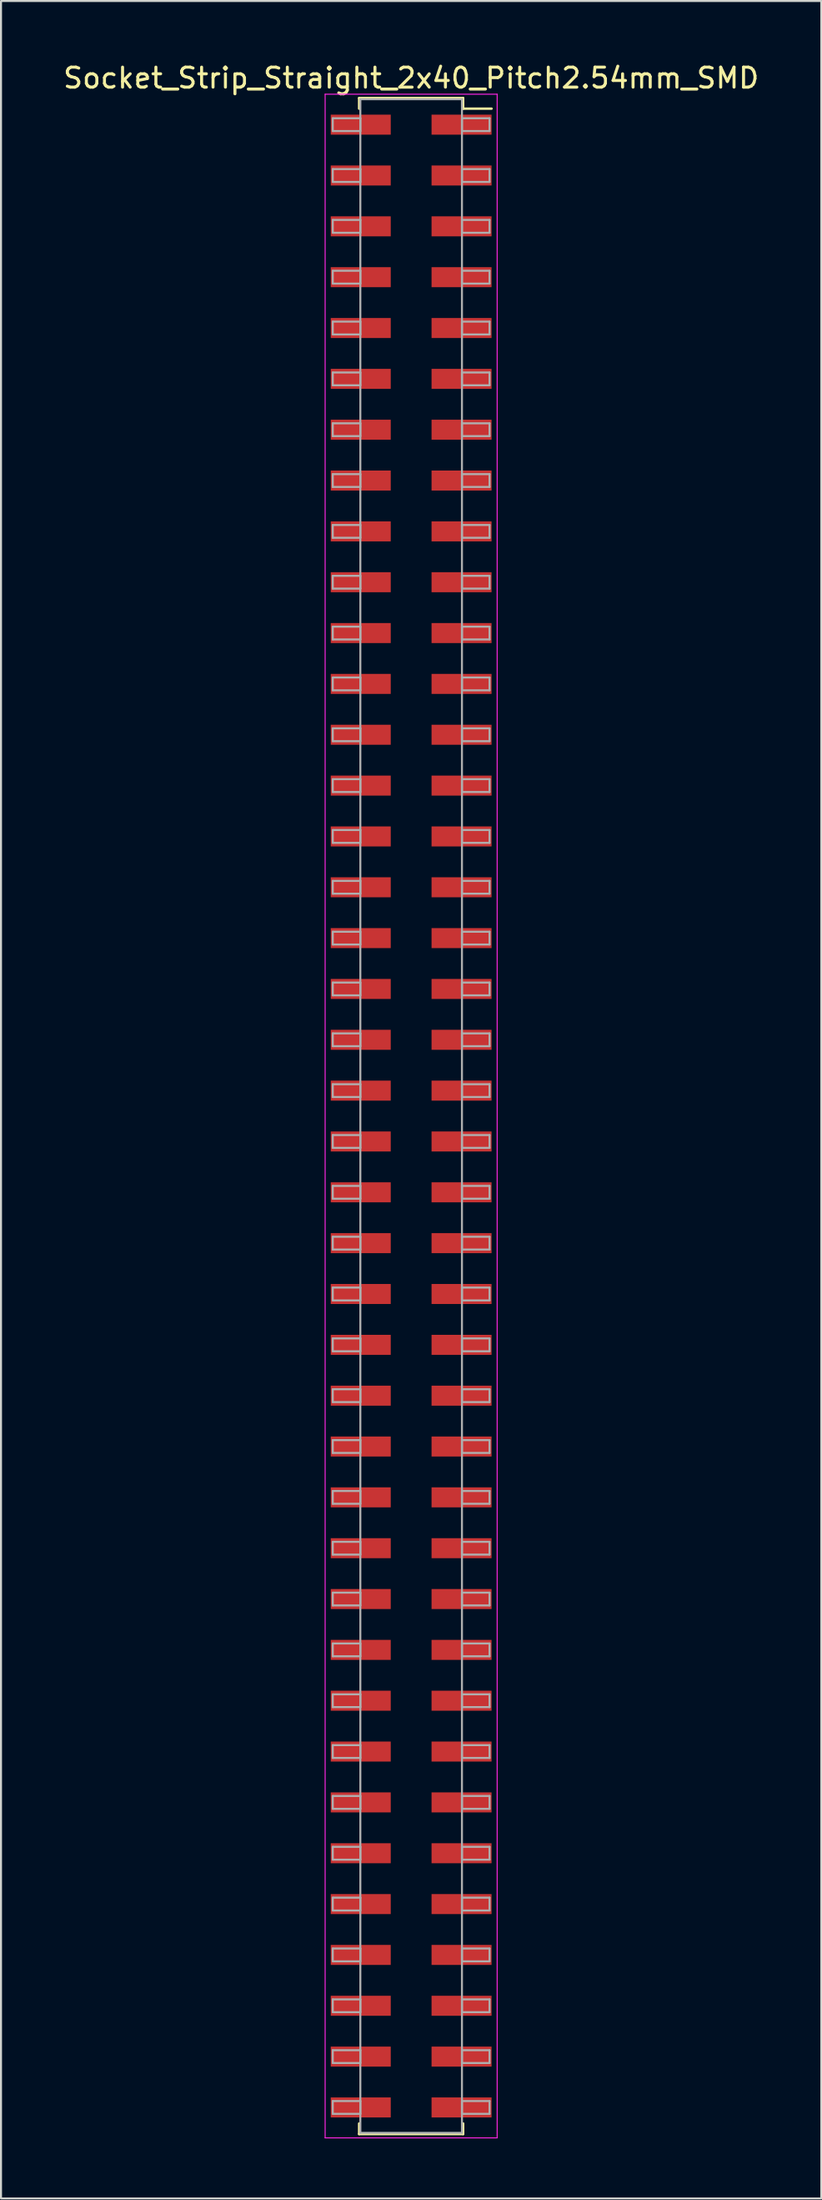
<source format=kicad_pcb>
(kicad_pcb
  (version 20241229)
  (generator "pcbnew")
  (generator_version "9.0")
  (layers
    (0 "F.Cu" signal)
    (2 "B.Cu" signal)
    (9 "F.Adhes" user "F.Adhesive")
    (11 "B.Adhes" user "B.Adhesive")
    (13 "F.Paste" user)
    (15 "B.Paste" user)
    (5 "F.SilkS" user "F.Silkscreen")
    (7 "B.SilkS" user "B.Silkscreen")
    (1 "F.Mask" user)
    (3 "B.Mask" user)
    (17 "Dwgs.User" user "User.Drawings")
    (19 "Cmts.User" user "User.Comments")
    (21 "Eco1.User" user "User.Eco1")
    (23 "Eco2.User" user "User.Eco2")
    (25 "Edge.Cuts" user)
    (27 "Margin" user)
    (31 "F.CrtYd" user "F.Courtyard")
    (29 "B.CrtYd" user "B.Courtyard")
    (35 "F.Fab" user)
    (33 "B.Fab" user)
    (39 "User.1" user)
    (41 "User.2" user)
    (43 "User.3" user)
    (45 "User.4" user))
  (footprint "Socket_Strip_Straight_2x40_Pitch2.54mm_SMD"
    (layer "F.Cu")
    (at 17.506 52.708)
    (property "Reference" "Socket_Strip_Straight_2x40_Pitch2.54mm_SMD" (at 0 -51.86 0) (layer "F.SilkS") (effects (font (size 1 1) (thickness 0.15))))
    (attr smd)
    (fp_line (start -2.6 -50.86) (end 2.6 -50.86) (stroke (width 0.12) (type solid)) (layer "F.SilkS"))
    (fp_line (start -2.6 -50.33) (end -2.6 -50.86) (stroke (width 0.12) (type solid)) (layer "F.SilkS"))
    (fp_line (start -2.6 50.33) (end -2.6 50.86) (stroke (width 0.12) (type solid)) (layer "F.SilkS"))
    (fp_line (start -2.6 50.86) (end 2.6 50.86) (stroke (width 0.12) (type solid)) (layer "F.SilkS"))
    (fp_line (start 2.6 -50.86) (end 2.6 -50.33) (stroke (width 0.12) (type solid)) (layer "F.SilkS"))
    (fp_line (start 2.6 50.86) (end 2.6 50.33) (stroke (width 0.12) (type solid)) (layer "F.SilkS"))
    (fp_line (start 4.02 -50.33) (end 2.6 -50.33) (stroke (width 0.12) (type solid)) (layer "F.SilkS"))
    (fp_line (start -4.3 -51.05) (end -4.3 51.05) (stroke (width 0.05) (type solid)) (layer "F.CrtYd"))
    (fp_line (start -4.3 51.05) (end 4.3 51.05) (stroke (width 0.05) (type solid)) (layer "F.CrtYd"))
    (fp_line (start 4.3 -51.05) (end -4.3 -51.05) (stroke (width 0.05) (type solid)) (layer "F.CrtYd"))
    (fp_line (start 4.3 51.05) (end 4.3 -51.05) (stroke (width 0.05) (type solid)) (layer "F.CrtYd"))
    (fp_line (start -3.92 -49.85) (end -2.54 -49.85) (stroke (width 0.1) (type solid)) (layer "F.Fab"))
    (fp_line (start -3.92 -49.21) (end -3.92 -49.85) (stroke (width 0.1) (type solid)) (layer "F.Fab"))
    (fp_line (start -3.92 -47.31) (end -2.54 -47.31) (stroke (width 0.1) (type solid)) (layer "F.Fab"))
    (fp_line (start -3.92 -46.67) (end -3.92 -47.31) (stroke (width 0.1) (type solid)) (layer "F.Fab"))
    (fp_line (start -3.92 -44.77) (end -2.54 -44.77) (stroke (width 0.1) (type solid)) (layer "F.Fab"))
    (fp_line (start -3.92 -44.13) (end -3.92 -44.77) (stroke (width 0.1) (type solid)) (layer "F.Fab"))
    (fp_line (start -3.92 -42.23) (end -2.54 -42.23) (stroke (width 0.1) (type solid)) (layer "F.Fab"))
    (fp_line (start -3.92 -41.59) (end -3.92 -42.23) (stroke (width 0.1) (type solid)) (layer "F.Fab"))
    (fp_line (start -3.92 -39.69) (end -2.54 -39.69) (stroke (width 0.1) (type solid)) (layer "F.Fab"))
    (fp_line (start -3.92 -39.05) (end -3.92 -39.69) (stroke (width 0.1) (type solid)) (layer "F.Fab"))
    (fp_line (start -3.92 -37.15) (end -2.54 -37.15) (stroke (width 0.1) (type solid)) (layer "F.Fab"))
    (fp_line (start -3.92 -36.51) (end -3.92 -37.15) (stroke (width 0.1) (type solid)) (layer "F.Fab"))
    (fp_line (start -3.92 -34.61) (end -2.54 -34.61) (stroke (width 0.1) (type solid)) (layer "F.Fab"))
    (fp_line (start -3.92 -33.97) (end -3.92 -34.61) (stroke (width 0.1) (type solid)) (layer "F.Fab"))
    (fp_line (start -3.92 -32.07) (end -2.54 -32.07) (stroke (width 0.1) (type solid)) (layer "F.Fab"))
    (fp_line (start -3.92 -31.43) (end -3.92 -32.07) (stroke (width 0.1) (type solid)) (layer "F.Fab"))
    (fp_line (start -3.92 -29.53) (end -2.54 -29.53) (stroke (width 0.1) (type solid)) (layer "F.Fab"))
    (fp_line (start -3.92 -28.89) (end -3.92 -29.53) (stroke (width 0.1) (type solid)) (layer "F.Fab"))
    (fp_line (start -3.92 -26.99) (end -2.54 -26.99) (stroke (width 0.1) (type solid)) (layer "F.Fab"))
    (fp_line (start -3.92 -26.35) (end -3.92 -26.99) (stroke (width 0.1) (type solid)) (layer "F.Fab"))
    (fp_line (start -3.92 -24.45) (end -2.54 -24.45) (stroke (width 0.1) (type solid)) (layer "F.Fab"))
    (fp_line (start -3.92 -23.81) (end -3.92 -24.45) (stroke (width 0.1) (type solid)) (layer "F.Fab"))
    (fp_line (start -3.92 -21.91) (end -2.54 -21.91) (stroke (width 0.1) (type solid)) (layer "F.Fab"))
    (fp_line (start -3.92 -21.27) (end -3.92 -21.91) (stroke (width 0.1) (type solid)) (layer "F.Fab"))
    (fp_line (start -3.92 -19.37) (end -2.54 -19.37) (stroke (width 0.1) (type solid)) (layer "F.Fab"))
    (fp_line (start -3.92 -18.73) (end -3.92 -19.37) (stroke (width 0.1) (type solid)) (layer "F.Fab"))
    (fp_line (start -3.92 -16.83) (end -2.54 -16.83) (stroke (width 0.1) (type solid)) (layer "F.Fab"))
    (fp_line (start -3.92 -16.19) (end -3.92 -16.83) (stroke (width 0.1) (type solid)) (layer "F.Fab"))
    (fp_line (start -3.92 -14.29) (end -2.54 -14.29) (stroke (width 0.1) (type solid)) (layer "F.Fab"))
    (fp_line (start -3.92 -13.65) (end -3.92 -14.29) (stroke (width 0.1) (type solid)) (layer "F.Fab"))
    (fp_line (start -3.92 -11.75) (end -2.54 -11.75) (stroke (width 0.1) (type solid)) (layer "F.Fab"))
    (fp_line (start -3.92 -11.11) (end -3.92 -11.75) (stroke (width 0.1) (type solid)) (layer "F.Fab"))
    (fp_line (start -3.92 -9.21) (end -2.54 -9.21) (stroke (width 0.1) (type solid)) (layer "F.Fab"))
    (fp_line (start -3.92 -8.57) (end -3.92 -9.21) (stroke (width 0.1) (type solid)) (layer "F.Fab"))
    (fp_line (start -3.92 -6.67) (end -2.54 -6.67) (stroke (width 0.1) (type solid)) (layer "F.Fab"))
    (fp_line (start -3.92 -6.03) (end -3.92 -6.67) (stroke (width 0.1) (type solid)) (layer "F.Fab"))
    (fp_line (start -3.92 -4.13) (end -2.54 -4.13) (stroke (width 0.1) (type solid)) (layer "F.Fab"))
    (fp_line (start -3.92 -3.49) (end -3.92 -4.13) (stroke (width 0.1) (type solid)) (layer "F.Fab"))
    (fp_line (start -3.92 -1.59) (end -2.54 -1.59) (stroke (width 0.1) (type solid)) (layer "F.Fab"))
    (fp_line (start -3.92 -0.95) (end -3.92 -1.59) (stroke (width 0.1) (type solid)) (layer "F.Fab"))
    (fp_line (start -3.92 0.95) (end -2.54 0.95) (stroke (width 0.1) (type solid)) (layer "F.Fab"))
    (fp_line (start -3.92 1.59) (end -3.92 0.95) (stroke (width 0.1) (type solid)) (layer "F.Fab"))
    (fp_line (start -3.92 3.49) (end -2.54 3.49) (stroke (width 0.1) (type solid)) (layer "F.Fab"))
    (fp_line (start -3.92 4.13) (end -3.92 3.49) (stroke (width 0.1) (type solid)) (layer "F.Fab"))
    (fp_line (start -3.92 6.03) (end -2.54 6.03) (stroke (width 0.1) (type solid)) (layer "F.Fab"))
    (fp_line (start -3.92 6.67) (end -3.92 6.03) (stroke (width 0.1) (type solid)) (layer "F.Fab"))
    (fp_line (start -3.92 8.57) (end -2.54 8.57) (stroke (width 0.1) (type solid)) (layer "F.Fab"))
    (fp_line (start -3.92 9.21) (end -3.92 8.57) (stroke (width 0.1) (type solid)) (layer "F.Fab"))
    (fp_line (start -3.92 11.11) (end -2.54 11.11) (stroke (width 0.1) (type solid)) (layer "F.Fab"))
    (fp_line (start -3.92 11.75) (end -3.92 11.11) (stroke (width 0.1) (type solid)) (layer "F.Fab"))
    (fp_line (start -3.92 13.65) (end -2.54 13.65) (stroke (width 0.1) (type solid)) (layer "F.Fab"))
    (fp_line (start -3.92 14.29) (end -3.92 13.65) (stroke (width 0.1) (type solid)) (layer "F.Fab"))
    (fp_line (start -3.92 16.19) (end -2.54 16.19) (stroke (width 0.1) (type solid)) (layer "F.Fab"))
    (fp_line (start -3.92 16.83) (end -3.92 16.19) (stroke (width 0.1) (type solid)) (layer "F.Fab"))
    (fp_line (start -3.92 18.73) (end -2.54 18.73) (stroke (width 0.1) (type solid)) (layer "F.Fab"))
    (fp_line (start -3.92 19.37) (end -3.92 18.73) (stroke (width 0.1) (type solid)) (layer "F.Fab"))
    (fp_line (start -3.92 21.27) (end -2.54 21.27) (stroke (width 0.1) (type solid)) (layer "F.Fab"))
    (fp_line (start -3.92 21.91) (end -3.92 21.27) (stroke (width 0.1) (type solid)) (layer "F.Fab"))
    (fp_line (start -3.92 23.81) (end -2.54 23.81) (stroke (width 0.1) (type solid)) (layer "F.Fab"))
    (fp_line (start -3.92 24.45) (end -3.92 23.81) (stroke (width 0.1) (type solid)) (layer "F.Fab"))
    (fp_line (start -3.92 26.35) (end -2.54 26.35) (stroke (width 0.1) (type solid)) (layer "F.Fab"))
    (fp_line (start -3.92 26.99) (end -3.92 26.35) (stroke (width 0.1) (type solid)) (layer "F.Fab"))
    (fp_line (start -3.92 28.89) (end -2.54 28.89) (stroke (width 0.1) (type solid)) (layer "F.Fab"))
    (fp_line (start -3.92 29.53) (end -3.92 28.89) (stroke (width 0.1) (type solid)) (layer "F.Fab"))
    (fp_line (start -3.92 31.43) (end -2.54 31.43) (stroke (width 0.1) (type solid)) (layer "F.Fab"))
    (fp_line (start -3.92 32.07) (end -3.92 31.43) (stroke (width 0.1) (type solid)) (layer "F.Fab"))
    (fp_line (start -3.92 33.97) (end -2.54 33.97) (stroke (width 0.1) (type solid)) (layer "F.Fab"))
    (fp_line (start -3.92 34.61) (end -3.92 33.97) (stroke (width 0.1) (type solid)) (layer "F.Fab"))
    (fp_line (start -3.92 36.51) (end -2.54 36.51) (stroke (width 0.1) (type solid)) (layer "F.Fab"))
    (fp_line (start -3.92 37.15) (end -3.92 36.51) (stroke (width 0.1) (type solid)) (layer "F.Fab"))
    (fp_line (start -3.92 39.05) (end -2.54 39.05) (stroke (width 0.1) (type solid)) (layer "F.Fab"))
    (fp_line (start -3.92 39.69) (end -3.92 39.05) (stroke (width 0.1) (type solid)) (layer "F.Fab"))
    (fp_line (start -3.92 41.59) (end -2.54 41.59) (stroke (width 0.1) (type solid)) (layer "F.Fab"))
    (fp_line (start -3.92 42.23) (end -3.92 41.59) (stroke (width 0.1) (type solid)) (layer "F.Fab"))
    (fp_line (start -3.92 44.13) (end -2.54 44.13) (stroke (width 0.1) (type solid)) (layer "F.Fab"))
    (fp_line (start -3.92 44.77) (end -3.92 44.13) (stroke (width 0.1) (type solid)) (layer "F.Fab"))
    (fp_line (start -3.92 46.67) (end -2.54 46.67) (stroke (width 0.1) (type solid)) (layer "F.Fab"))
    (fp_line (start -3.92 47.31) (end -3.92 46.67) (stroke (width 0.1) (type solid)) (layer "F.Fab"))
    (fp_line (start -3.92 49.21) (end -2.54 49.21) (stroke (width 0.1) (type solid)) (layer "F.Fab"))
    (fp_line (start -3.92 49.85) (end -3.92 49.21) (stroke (width 0.1) (type solid)) (layer "F.Fab"))
    (fp_line (start -2.54 -50.8) (end -2.54 50.8) (stroke (width 0.1) (type solid)) (layer "F.Fab"))
    (fp_line (start -2.54 -49.85) (end -2.54 -49.21) (stroke (width 0.1) (type solid)) (layer "F.Fab"))
    (fp_line (start -2.54 -49.21) (end -3.92 -49.21) (stroke (width 0.1) (type solid)) (layer "F.Fab"))
    (fp_line (start -2.54 -47.31) (end -2.54 -46.67) (stroke (width 0.1) (type solid)) (layer "F.Fab"))
    (fp_line (start -2.54 -46.67) (end -3.92 -46.67) (stroke (width 0.1) (type solid)) (layer "F.Fab"))
    (fp_line (start -2.54 -44.77) (end -2.54 -44.13) (stroke (width 0.1) (type solid)) (layer "F.Fab"))
    (fp_line (start -2.54 -44.13) (end -3.92 -44.13) (stroke (width 0.1) (type solid)) (layer "F.Fab"))
    (fp_line (start -2.54 -42.23) (end -2.54 -41.59) (stroke (width 0.1) (type solid)) (layer "F.Fab"))
    (fp_line (start -2.54 -41.59) (end -3.92 -41.59) (stroke (width 0.1) (type solid)) (layer "F.Fab"))
    (fp_line (start -2.54 -39.69) (end -2.54 -39.05) (stroke (width 0.1) (type solid)) (layer "F.Fab"))
    (fp_line (start -2.54 -39.05) (end -3.92 -39.05) (stroke (width 0.1) (type solid)) (layer "F.Fab"))
    (fp_line (start -2.54 -37.15) (end -2.54 -36.51) (stroke (width 0.1) (type solid)) (layer "F.Fab"))
    (fp_line (start -2.54 -36.51) (end -3.92 -36.51) (stroke (width 0.1) (type solid)) (layer "F.Fab"))
    (fp_line (start -2.54 -34.61) (end -2.54 -33.97) (stroke (width 0.1) (type solid)) (layer "F.Fab"))
    (fp_line (start -2.54 -33.97) (end -3.92 -33.97) (stroke (width 0.1) (type solid)) (layer "F.Fab"))
    (fp_line (start -2.54 -32.07) (end -2.54 -31.43) (stroke (width 0.1) (type solid)) (layer "F.Fab"))
    (fp_line (start -2.54 -31.43) (end -3.92 -31.43) (stroke (width 0.1) (type solid)) (layer "F.Fab"))
    (fp_line (start -2.54 -29.53) (end -2.54 -28.89) (stroke (width 0.1) (type solid)) (layer "F.Fab"))
    (fp_line (start -2.54 -28.89) (end -3.92 -28.89) (stroke (width 0.1) (type solid)) (layer "F.Fab"))
    (fp_line (start -2.54 -26.99) (end -2.54 -26.35) (stroke (width 0.1) (type solid)) (layer "F.Fab"))
    (fp_line (start -2.54 -26.35) (end -3.92 -26.35) (stroke (width 0.1) (type solid)) (layer "F.Fab"))
    (fp_line (start -2.54 -24.45) (end -2.54 -23.81) (stroke (width 0.1) (type solid)) (layer "F.Fab"))
    (fp_line (start -2.54 -23.81) (end -3.92 -23.81) (stroke (width 0.1) (type solid)) (layer "F.Fab"))
    (fp_line (start -2.54 -21.91) (end -2.54 -21.27) (stroke (width 0.1) (type solid)) (layer "F.Fab"))
    (fp_line (start -2.54 -21.27) (end -3.92 -21.27) (stroke (width 0.1) (type solid)) (layer "F.Fab"))
    (fp_line (start -2.54 -19.37) (end -2.54 -18.73) (stroke (width 0.1) (type solid)) (layer "F.Fab"))
    (fp_line (start -2.54 -18.73) (end -3.92 -18.73) (stroke (width 0.1) (type solid)) (layer "F.Fab"))
    (fp_line (start -2.54 -16.83) (end -2.54 -16.19) (stroke (width 0.1) (type solid)) (layer "F.Fab"))
    (fp_line (start -2.54 -16.19) (end -3.92 -16.19) (stroke (width 0.1) (type solid)) (layer "F.Fab"))
    (fp_line (start -2.54 -14.29) (end -2.54 -13.65) (stroke (width 0.1) (type solid)) (layer "F.Fab"))
    (fp_line (start -2.54 -13.65) (end -3.92 -13.65) (stroke (width 0.1) (type solid)) (layer "F.Fab"))
    (fp_line (start -2.54 -11.75) (end -2.54 -11.11) (stroke (width 0.1) (type solid)) (layer "F.Fab"))
    (fp_line (start -2.54 -11.11) (end -3.92 -11.11) (stroke (width 0.1) (type solid)) (layer "F.Fab"))
    (fp_line (start -2.54 -9.21) (end -2.54 -8.57) (stroke (width 0.1) (type solid)) (layer "F.Fab"))
    (fp_line (start -2.54 -8.57) (end -3.92 -8.57) (stroke (width 0.1) (type solid)) (layer "F.Fab"))
    (fp_line (start -2.54 -6.67) (end -2.54 -6.03) (stroke (width 0.1) (type solid)) (layer "F.Fab"))
    (fp_line (start -2.54 -6.03) (end -3.92 -6.03) (stroke (width 0.1) (type solid)) (layer "F.Fab"))
    (fp_line (start -2.54 -4.13) (end -2.54 -3.49) (stroke (width 0.1) (type solid)) (layer "F.Fab"))
    (fp_line (start -2.54 -3.49) (end -3.92 -3.49) (stroke (width 0.1) (type solid)) (layer "F.Fab"))
    (fp_line (start -2.54 -1.59) (end -2.54 -0.95) (stroke (width 0.1) (type solid)) (layer "F.Fab"))
    (fp_line (start -2.54 -0.95) (end -3.92 -0.95) (stroke (width 0.1) (type solid)) (layer "F.Fab"))
    (fp_line (start -2.54 0.95) (end -2.54 1.59) (stroke (width 0.1) (type solid)) (layer "F.Fab"))
    (fp_line (start -2.54 1.59) (end -3.92 1.59) (stroke (width 0.1) (type solid)) (layer "F.Fab"))
    (fp_line (start -2.54 3.49) (end -2.54 4.13) (stroke (width 0.1) (type solid)) (layer "F.Fab"))
    (fp_line (start -2.54 4.13) (end -3.92 4.13) (stroke (width 0.1) (type solid)) (layer "F.Fab"))
    (fp_line (start -2.54 6.03) (end -2.54 6.67) (stroke (width 0.1) (type solid)) (layer "F.Fab"))
    (fp_line (start -2.54 6.67) (end -3.92 6.67) (stroke (width 0.1) (type solid)) (layer "F.Fab"))
    (fp_line (start -2.54 8.57) (end -2.54 9.21) (stroke (width 0.1) (type solid)) (layer "F.Fab"))
    (fp_line (start -2.54 9.21) (end -3.92 9.21) (stroke (width 0.1) (type solid)) (layer "F.Fab"))
    (fp_line (start -2.54 11.11) (end -2.54 11.75) (stroke (width 0.1) (type solid)) (layer "F.Fab"))
    (fp_line (start -2.54 11.75) (end -3.92 11.75) (stroke (width 0.1) (type solid)) (layer "F.Fab"))
    (fp_line (start -2.54 13.65) (end -2.54 14.29) (stroke (width 0.1) (type solid)) (layer "F.Fab"))
    (fp_line (start -2.54 14.29) (end -3.92 14.29) (stroke (width 0.1) (type solid)) (layer "F.Fab"))
    (fp_line (start -2.54 16.19) (end -2.54 16.83) (stroke (width 0.1) (type solid)) (layer "F.Fab"))
    (fp_line (start -2.54 16.83) (end -3.92 16.83) (stroke (width 0.1) (type solid)) (layer "F.Fab"))
    (fp_line (start -2.54 18.73) (end -2.54 19.37) (stroke (width 0.1) (type solid)) (layer "F.Fab"))
    (fp_line (start -2.54 19.37) (end -3.92 19.37) (stroke (width 0.1) (type solid)) (layer "F.Fab"))
    (fp_line (start -2.54 21.27) (end -2.54 21.91) (stroke (width 0.1) (type solid)) (layer "F.Fab"))
    (fp_line (start -2.54 21.91) (end -3.92 21.91) (stroke (width 0.1) (type solid)) (layer "F.Fab"))
    (fp_line (start -2.54 23.81) (end -2.54 24.45) (stroke (width 0.1) (type solid)) (layer "F.Fab"))
    (fp_line (start -2.54 24.45) (end -3.92 24.45) (stroke (width 0.1) (type solid)) (layer "F.Fab"))
    (fp_line (start -2.54 26.35) (end -2.54 26.99) (stroke (width 0.1) (type solid)) (layer "F.Fab"))
    (fp_line (start -2.54 26.99) (end -3.92 26.99) (stroke (width 0.1) (type solid)) (layer "F.Fab"))
    (fp_line (start -2.54 28.89) (end -2.54 29.53) (stroke (width 0.1) (type solid)) (layer "F.Fab"))
    (fp_line (start -2.54 29.53) (end -3.92 29.53) (stroke (width 0.1) (type solid)) (layer "F.Fab"))
    (fp_line (start -2.54 31.43) (end -2.54 32.07) (stroke (width 0.1) (type solid)) (layer "F.Fab"))
    (fp_line (start -2.54 32.07) (end -3.92 32.07) (stroke (width 0.1) (type solid)) (layer "F.Fab"))
    (fp_line (start -2.54 33.97) (end -2.54 34.61) (stroke (width 0.1) (type solid)) (layer "F.Fab"))
    (fp_line (start -2.54 34.61) (end -3.92 34.61) (stroke (width 0.1) (type solid)) (layer "F.Fab"))
    (fp_line (start -2.54 36.51) (end -2.54 37.15) (stroke (width 0.1) (type solid)) (layer "F.Fab"))
    (fp_line (start -2.54 37.15) (end -3.92 37.15) (stroke (width 0.1) (type solid)) (layer "F.Fab"))
    (fp_line (start -2.54 39.05) (end -2.54 39.69) (stroke (width 0.1) (type solid)) (layer "F.Fab"))
    (fp_line (start -2.54 39.69) (end -3.92 39.69) (stroke (width 0.1) (type solid)) (layer "F.Fab"))
    (fp_line (start -2.54 41.59) (end -2.54 42.23) (stroke (width 0.1) (type solid)) (layer "F.Fab"))
    (fp_line (start -2.54 42.23) (end -3.92 42.23) (stroke (width 0.1) (type solid)) (layer "F.Fab"))
    (fp_line (start -2.54 44.13) (end -2.54 44.77) (stroke (width 0.1) (type solid)) (layer "F.Fab"))
    (fp_line (start -2.54 44.77) (end -3.92 44.77) (stroke (width 0.1) (type solid)) (layer "F.Fab"))
    (fp_line (start -2.54 46.67) (end -2.54 47.31) (stroke (width 0.1) (type solid)) (layer "F.Fab"))
    (fp_line (start -2.54 47.31) (end -3.92 47.31) (stroke (width 0.1) (type solid)) (layer "F.Fab"))
    (fp_line (start -2.54 49.21) (end -2.54 49.85) (stroke (width 0.1) (type solid)) (layer "F.Fab"))
    (fp_line (start -2.54 49.85) (end -3.92 49.85) (stroke (width 0.1) (type solid)) (layer "F.Fab"))
    (fp_line (start -2.54 50.8) (end 2.54 50.8) (stroke (width 0.1) (type solid)) (layer "F.Fab"))
    (fp_line (start 2.54 -50.8) (end -2.54 -50.8) (stroke (width 0.1) (type solid)) (layer "F.Fab"))
    (fp_line (start 2.54 -49.85) (end 2.54 -49.21) (stroke (width 0.1) (type solid)) (layer "F.Fab"))
    (fp_line (start 2.54 -49.21) (end 3.92 -49.21) (stroke (width 0.1) (type solid)) (layer "F.Fab"))
    (fp_line (start 2.54 -47.31) (end 2.54 -46.67) (stroke (width 0.1) (type solid)) (layer "F.Fab"))
    (fp_line (start 2.54 -46.67) (end 3.92 -46.67) (stroke (width 0.1) (type solid)) (layer "F.Fab"))
    (fp_line (start 2.54 -44.77) (end 2.54 -44.13) (stroke (width 0.1) (type solid)) (layer "F.Fab"))
    (fp_line (start 2.54 -44.13) (end 3.92 -44.13) (stroke (width 0.1) (type solid)) (layer "F.Fab"))
    (fp_line (start 2.54 -42.23) (end 2.54 -41.59) (stroke (width 0.1) (type solid)) (layer "F.Fab"))
    (fp_line (start 2.54 -41.59) (end 3.92 -41.59) (stroke (width 0.1) (type solid)) (layer "F.Fab"))
    (fp_line (start 2.54 -39.69) (end 2.54 -39.05) (stroke (width 0.1) (type solid)) (layer "F.Fab"))
    (fp_line (start 2.54 -39.05) (end 3.92 -39.05) (stroke (width 0.1) (type solid)) (layer "F.Fab"))
    (fp_line (start 2.54 -37.15) (end 2.54 -36.51) (stroke (width 0.1) (type solid)) (layer "F.Fab"))
    (fp_line (start 2.54 -36.51) (end 3.92 -36.51) (stroke (width 0.1) (type solid)) (layer "F.Fab"))
    (fp_line (start 2.54 -34.61) (end 2.54 -33.97) (stroke (width 0.1) (type solid)) (layer "F.Fab"))
    (fp_line (start 2.54 -33.97) (end 3.92 -33.97) (stroke (width 0.1) (type solid)) (layer "F.Fab"))
    (fp_line (start 2.54 -32.07) (end 2.54 -31.43) (stroke (width 0.1) (type solid)) (layer "F.Fab"))
    (fp_line (start 2.54 -31.43) (end 3.92 -31.43) (stroke (width 0.1) (type solid)) (layer "F.Fab"))
    (fp_line (start 2.54 -29.53) (end 2.54 -28.89) (stroke (width 0.1) (type solid)) (layer "F.Fab"))
    (fp_line (start 2.54 -28.89) (end 3.92 -28.89) (stroke (width 0.1) (type solid)) (layer "F.Fab"))
    (fp_line (start 2.54 -26.99) (end 2.54 -26.35) (stroke (width 0.1) (type solid)) (layer "F.Fab"))
    (fp_line (start 2.54 -26.35) (end 3.92 -26.35) (stroke (width 0.1) (type solid)) (layer "F.Fab"))
    (fp_line (start 2.54 -24.45) (end 2.54 -23.81) (stroke (width 0.1) (type solid)) (layer "F.Fab"))
    (fp_line (start 2.54 -23.81) (end 3.92 -23.81) (stroke (width 0.1) (type solid)) (layer "F.Fab"))
    (fp_line (start 2.54 -21.91) (end 2.54 -21.27) (stroke (width 0.1) (type solid)) (layer "F.Fab"))
    (fp_line (start 2.54 -21.27) (end 3.92 -21.27) (stroke (width 0.1) (type solid)) (layer "F.Fab"))
    (fp_line (start 2.54 -19.37) (end 2.54 -18.73) (stroke (width 0.1) (type solid)) (layer "F.Fab"))
    (fp_line (start 2.54 -18.73) (end 3.92 -18.73) (stroke (width 0.1) (type solid)) (layer "F.Fab"))
    (fp_line (start 2.54 -16.83) (end 2.54 -16.19) (stroke (width 0.1) (type solid)) (layer "F.Fab"))
    (fp_line (start 2.54 -16.19) (end 3.92 -16.19) (stroke (width 0.1) (type solid)) (layer "F.Fab"))
    (fp_line (start 2.54 -14.29) (end 2.54 -13.65) (stroke (width 0.1) (type solid)) (layer "F.Fab"))
    (fp_line (start 2.54 -13.65) (end 3.92 -13.65) (stroke (width 0.1) (type solid)) (layer "F.Fab"))
    (fp_line (start 2.54 -11.75) (end 2.54 -11.11) (stroke (width 0.1) (type solid)) (layer "F.Fab"))
    (fp_line (start 2.54 -11.11) (end 3.92 -11.11) (stroke (width 0.1) (type solid)) (layer "F.Fab"))
    (fp_line (start 2.54 -9.21) (end 2.54 -8.57) (stroke (width 0.1) (type solid)) (layer "F.Fab"))
    (fp_line (start 2.54 -8.57) (end 3.92 -8.57) (stroke (width 0.1) (type solid)) (layer "F.Fab"))
    (fp_line (start 2.54 -6.67) (end 2.54 -6.03) (stroke (width 0.1) (type solid)) (layer "F.Fab"))
    (fp_line (start 2.54 -6.03) (end 3.92 -6.03) (stroke (width 0.1) (type solid)) (layer "F.Fab"))
    (fp_line (start 2.54 -4.13) (end 2.54 -3.49) (stroke (width 0.1) (type solid)) (layer "F.Fab"))
    (fp_line (start 2.54 -3.49) (end 3.92 -3.49) (stroke (width 0.1) (type solid)) (layer "F.Fab"))
    (fp_line (start 2.54 -1.59) (end 2.54 -0.95) (stroke (width 0.1) (type solid)) (layer "F.Fab"))
    (fp_line (start 2.54 -0.95) (end 3.92 -0.95) (stroke (width 0.1) (type solid)) (layer "F.Fab"))
    (fp_line (start 2.54 0.95) (end 2.54 1.59) (stroke (width 0.1) (type solid)) (layer "F.Fab"))
    (fp_line (start 2.54 1.59) (end 3.92 1.59) (stroke (width 0.1) (type solid)) (layer "F.Fab"))
    (fp_line (start 2.54 3.49) (end 2.54 4.13) (stroke (width 0.1) (type solid)) (layer "F.Fab"))
    (fp_line (start 2.54 4.13) (end 3.92 4.13) (stroke (width 0.1) (type solid)) (layer "F.Fab"))
    (fp_line (start 2.54 6.03) (end 2.54 6.67) (stroke (width 0.1) (type solid)) (layer "F.Fab"))
    (fp_line (start 2.54 6.67) (end 3.92 6.67) (stroke (width 0.1) (type solid)) (layer "F.Fab"))
    (fp_line (start 2.54 8.57) (end 2.54 9.21) (stroke (width 0.1) (type solid)) (layer "F.Fab"))
    (fp_line (start 2.54 9.21) (end 3.92 9.21) (stroke (width 0.1) (type solid)) (layer "F.Fab"))
    (fp_line (start 2.54 11.11) (end 2.54 11.75) (stroke (width 0.1) (type solid)) (layer "F.Fab"))
    (fp_line (start 2.54 11.75) (end 3.92 11.75) (stroke (width 0.1) (type solid)) (layer "F.Fab"))
    (fp_line (start 2.54 13.65) (end 2.54 14.29) (stroke (width 0.1) (type solid)) (layer "F.Fab"))
    (fp_line (start 2.54 14.29) (end 3.92 14.29) (stroke (width 0.1) (type solid)) (layer "F.Fab"))
    (fp_line (start 2.54 16.19) (end 2.54 16.83) (stroke (width 0.1) (type solid)) (layer "F.Fab"))
    (fp_line (start 2.54 16.83) (end 3.92 16.83) (stroke (width 0.1) (type solid)) (layer "F.Fab"))
    (fp_line (start 2.54 18.73) (end 2.54 19.37) (stroke (width 0.1) (type solid)) (layer "F.Fab"))
    (fp_line (start 2.54 19.37) (end 3.92 19.37) (stroke (width 0.1) (type solid)) (layer "F.Fab"))
    (fp_line (start 2.54 21.27) (end 2.54 21.91) (stroke (width 0.1) (type solid)) (layer "F.Fab"))
    (fp_line (start 2.54 21.91) (end 3.92 21.91) (stroke (width 0.1) (type solid)) (layer "F.Fab"))
    (fp_line (start 2.54 23.81) (end 2.54 24.45) (stroke (width 0.1) (type solid)) (layer "F.Fab"))
    (fp_line (start 2.54 24.45) (end 3.92 24.45) (stroke (width 0.1) (type solid)) (layer "F.Fab"))
    (fp_line (start 2.54 26.35) (end 2.54 26.99) (stroke (width 0.1) (type solid)) (layer "F.Fab"))
    (fp_line (start 2.54 26.99) (end 3.92 26.99) (stroke (width 0.1) (type solid)) (layer "F.Fab"))
    (fp_line (start 2.54 28.89) (end 2.54 29.53) (stroke (width 0.1) (type solid)) (layer "F.Fab"))
    (fp_line (start 2.54 29.53) (end 3.92 29.53) (stroke (width 0.1) (type solid)) (layer "F.Fab"))
    (fp_line (start 2.54 31.43) (end 2.54 32.07) (stroke (width 0.1) (type solid)) (layer "F.Fab"))
    (fp_line (start 2.54 32.07) (end 3.92 32.07) (stroke (width 0.1) (type solid)) (layer "F.Fab"))
    (fp_line (start 2.54 33.97) (end 2.54 34.61) (stroke (width 0.1) (type solid)) (layer "F.Fab"))
    (fp_line (start 2.54 34.61) (end 3.92 34.61) (stroke (width 0.1) (type solid)) (layer "F.Fab"))
    (fp_line (start 2.54 36.51) (end 2.54 37.15) (stroke (width 0.1) (type solid)) (layer "F.Fab"))
    (fp_line (start 2.54 37.15) (end 3.92 37.15) (stroke (width 0.1) (type solid)) (layer "F.Fab"))
    (fp_line (start 2.54 39.05) (end 2.54 39.69) (stroke (width 0.1) (type solid)) (layer "F.Fab"))
    (fp_line (start 2.54 39.69) (end 3.92 39.69) (stroke (width 0.1) (type solid)) (layer "F.Fab"))
    (fp_line (start 2.54 41.59) (end 2.54 42.23) (stroke (width 0.1) (type solid)) (layer "F.Fab"))
    (fp_line (start 2.54 42.23) (end 3.92 42.23) (stroke (width 0.1) (type solid)) (layer "F.Fab"))
    (fp_line (start 2.54 44.13) (end 2.54 44.77) (stroke (width 0.1) (type solid)) (layer "F.Fab"))
    (fp_line (start 2.54 44.77) (end 3.92 44.77) (stroke (width 0.1) (type solid)) (layer "F.Fab"))
    (fp_line (start 2.54 46.67) (end 2.54 47.31) (stroke (width 0.1) (type solid)) (layer "F.Fab"))
    (fp_line (start 2.54 47.31) (end 3.92 47.31) (stroke (width 0.1) (type solid)) (layer "F.Fab"))
    (fp_line (start 2.54 49.21) (end 2.54 49.85) (stroke (width 0.1) (type solid)) (layer "F.Fab"))
    (fp_line (start 2.54 49.85) (end 3.92 49.85) (stroke (width 0.1) (type solid)) (layer "F.Fab"))
    (fp_line (start 2.54 50.8) (end 2.54 -50.8) (stroke (width 0.1) (type solid)) (layer "F.Fab"))
    (fp_line (start 3.92 -49.85) (end 2.54 -49.85) (stroke (width 0.1) (type solid)) (layer "F.Fab"))
    (fp_line (start 3.92 -49.21) (end 3.92 -49.85) (stroke (width 0.1) (type solid)) (layer "F.Fab"))
    (fp_line (start 3.92 -47.31) (end 2.54 -47.31) (stroke (width 0.1) (type solid)) (layer "F.Fab"))
    (fp_line (start 3.92 -46.67) (end 3.92 -47.31) (stroke (width 0.1) (type solid)) (layer "F.Fab"))
    (fp_line (start 3.92 -44.77) (end 2.54 -44.77) (stroke (width 0.1) (type solid)) (layer "F.Fab"))
    (fp_line (start 3.92 -44.13) (end 3.92 -44.77) (stroke (width 0.1) (type solid)) (layer "F.Fab"))
    (fp_line (start 3.92 -42.23) (end 2.54 -42.23) (stroke (width 0.1) (type solid)) (layer "F.Fab"))
    (fp_line (start 3.92 -41.59) (end 3.92 -42.23) (stroke (width 0.1) (type solid)) (layer "F.Fab"))
    (fp_line (start 3.92 -39.69) (end 2.54 -39.69) (stroke (width 0.1) (type solid)) (layer "F.Fab"))
    (fp_line (start 3.92 -39.05) (end 3.92 -39.69) (stroke (width 0.1) (type solid)) (layer "F.Fab"))
    (fp_line (start 3.92 -37.15) (end 2.54 -37.15) (stroke (width 0.1) (type solid)) (layer "F.Fab"))
    (fp_line (start 3.92 -36.51) (end 3.92 -37.15) (stroke (width 0.1) (type solid)) (layer "F.Fab"))
    (fp_line (start 3.92 -34.61) (end 2.54 -34.61) (stroke (width 0.1) (type solid)) (layer "F.Fab"))
    (fp_line (start 3.92 -33.97) (end 3.92 -34.61) (stroke (width 0.1) (type solid)) (layer "F.Fab"))
    (fp_line (start 3.92 -32.07) (end 2.54 -32.07) (stroke (width 0.1) (type solid)) (layer "F.Fab"))
    (fp_line (start 3.92 -31.43) (end 3.92 -32.07) (stroke (width 0.1) (type solid)) (layer "F.Fab"))
    (fp_line (start 3.92 -29.53) (end 2.54 -29.53) (stroke (width 0.1) (type solid)) (layer "F.Fab"))
    (fp_line (start 3.92 -28.89) (end 3.92 -29.53) (stroke (width 0.1) (type solid)) (layer "F.Fab"))
    (fp_line (start 3.92 -26.99) (end 2.54 -26.99) (stroke (width 0.1) (type solid)) (layer "F.Fab"))
    (fp_line (start 3.92 -26.35) (end 3.92 -26.99) (stroke (width 0.1) (type solid)) (layer "F.Fab"))
    (fp_line (start 3.92 -24.45) (end 2.54 -24.45) (stroke (width 0.1) (type solid)) (layer "F.Fab"))
    (fp_line (start 3.92 -23.81) (end 3.92 -24.45) (stroke (width 0.1) (type solid)) (layer "F.Fab"))
    (fp_line (start 3.92 -21.91) (end 2.54 -21.91) (stroke (width 0.1) (type solid)) (layer "F.Fab"))
    (fp_line (start 3.92 -21.27) (end 3.92 -21.91) (stroke (width 0.1) (type solid)) (layer "F.Fab"))
    (fp_line (start 3.92 -19.37) (end 2.54 -19.37) (stroke (width 0.1) (type solid)) (layer "F.Fab"))
    (fp_line (start 3.92 -18.73) (end 3.92 -19.37) (stroke (width 0.1) (type solid)) (layer "F.Fab"))
    (fp_line (start 3.92 -16.83) (end 2.54 -16.83) (stroke (width 0.1) (type solid)) (layer "F.Fab"))
    (fp_line (start 3.92 -16.19) (end 3.92 -16.83) (stroke (width 0.1) (type solid)) (layer "F.Fab"))
    (fp_line (start 3.92 -14.29) (end 2.54 -14.29) (stroke (width 0.1) (type solid)) (layer "F.Fab"))
    (fp_line (start 3.92 -13.65) (end 3.92 -14.29) (stroke (width 0.1) (type solid)) (layer "F.Fab"))
    (fp_line (start 3.92 -11.75) (end 2.54 -11.75) (stroke (width 0.1) (type solid)) (layer "F.Fab"))
    (fp_line (start 3.92 -11.11) (end 3.92 -11.75) (stroke (width 0.1) (type solid)) (layer "F.Fab"))
    (fp_line (start 3.92 -9.21) (end 2.54 -9.21) (stroke (width 0.1) (type solid)) (layer "F.Fab"))
    (fp_line (start 3.92 -8.57) (end 3.92 -9.21) (stroke (width 0.1) (type solid)) (layer "F.Fab"))
    (fp_line (start 3.92 -6.67) (end 2.54 -6.67) (stroke (width 0.1) (type solid)) (layer "F.Fab"))
    (fp_line (start 3.92 -6.03) (end 3.92 -6.67) (stroke (width 0.1) (type solid)) (layer "F.Fab"))
    (fp_line (start 3.92 -4.13) (end 2.54 -4.13) (stroke (width 0.1) (type solid)) (layer "F.Fab"))
    (fp_line (start 3.92 -3.49) (end 3.92 -4.13) (stroke (width 0.1) (type solid)) (layer "F.Fab"))
    (fp_line (start 3.92 -1.59) (end 2.54 -1.59) (stroke (width 0.1) (type solid)) (layer "F.Fab"))
    (fp_line (start 3.92 -0.95) (end 3.92 -1.59) (stroke (width 0.1) (type solid)) (layer "F.Fab"))
    (fp_line (start 3.92 0.95) (end 2.54 0.95) (stroke (width 0.1) (type solid)) (layer "F.Fab"))
    (fp_line (start 3.92 1.59) (end 3.92 0.95) (stroke (width 0.1) (type solid)) (layer "F.Fab"))
    (fp_line (start 3.92 3.49) (end 2.54 3.49) (stroke (width 0.1) (type solid)) (layer "F.Fab"))
    (fp_line (start 3.92 4.13) (end 3.92 3.49) (stroke (width 0.1) (type solid)) (layer "F.Fab"))
    (fp_line (start 3.92 6.03) (end 2.54 6.03) (stroke (width 0.1) (type solid)) (layer "F.Fab"))
    (fp_line (start 3.92 6.67) (end 3.92 6.03) (stroke (width 0.1) (type solid)) (layer "F.Fab"))
    (fp_line (start 3.92 8.57) (end 2.54 8.57) (stroke (width 0.1) (type solid)) (layer "F.Fab"))
    (fp_line (start 3.92 9.21) (end 3.92 8.57) (stroke (width 0.1) (type solid)) (layer "F.Fab"))
    (fp_line (start 3.92 11.11) (end 2.54 11.11) (stroke (width 0.1) (type solid)) (layer "F.Fab"))
    (fp_line (start 3.92 11.75) (end 3.92 11.11) (stroke (width 0.1) (type solid)) (layer "F.Fab"))
    (fp_line (start 3.92 13.65) (end 2.54 13.65) (stroke (width 0.1) (type solid)) (layer "F.Fab"))
    (fp_line (start 3.92 14.29) (end 3.92 13.65) (stroke (width 0.1) (type solid)) (layer "F.Fab"))
    (fp_line (start 3.92 16.19) (end 2.54 16.19) (stroke (width 0.1) (type solid)) (layer "F.Fab"))
    (fp_line (start 3.92 16.83) (end 3.92 16.19) (stroke (width 0.1) (type solid)) (layer "F.Fab"))
    (fp_line (start 3.92 18.73) (end 2.54 18.73) (stroke (width 0.1) (type solid)) (layer "F.Fab"))
    (fp_line (start 3.92 19.37) (end 3.92 18.73) (stroke (width 0.1) (type solid)) (layer "F.Fab"))
    (fp_line (start 3.92 21.27) (end 2.54 21.27) (stroke (width 0.1) (type solid)) (layer "F.Fab"))
    (fp_line (start 3.92 21.91) (end 3.92 21.27) (stroke (width 0.1) (type solid)) (layer "F.Fab"))
    (fp_line (start 3.92 23.81) (end 2.54 23.81) (stroke (width 0.1) (type solid)) (layer "F.Fab"))
    (fp_line (start 3.92 24.45) (end 3.92 23.81) (stroke (width 0.1) (type solid)) (layer "F.Fab"))
    (fp_line (start 3.92 26.35) (end 2.54 26.35) (stroke (width 0.1) (type solid)) (layer "F.Fab"))
    (fp_line (start 3.92 26.99) (end 3.92 26.35) (stroke (width 0.1) (type solid)) (layer "F.Fab"))
    (fp_line (start 3.92 28.89) (end 2.54 28.89) (stroke (width 0.1) (type solid)) (layer "F.Fab"))
    (fp_line (start 3.92 29.53) (end 3.92 28.89) (stroke (width 0.1) (type solid)) (layer "F.Fab"))
    (fp_line (start 3.92 31.43) (end 2.54 31.43) (stroke (width 0.1) (type solid)) (layer "F.Fab"))
    (fp_line (start 3.92 32.07) (end 3.92 31.43) (stroke (width 0.1) (type solid)) (layer "F.Fab"))
    (fp_line (start 3.92 33.97) (end 2.54 33.97) (stroke (width 0.1) (type solid)) (layer "F.Fab"))
    (fp_line (start 3.92 34.61) (end 3.92 33.97) (stroke (width 0.1) (type solid)) (layer "F.Fab"))
    (fp_line (start 3.92 36.51) (end 2.54 36.51) (stroke (width 0.1) (type solid)) (layer "F.Fab"))
    (fp_line (start 3.92 37.15) (end 3.92 36.51) (stroke (width 0.1) (type solid)) (layer "F.Fab"))
    (fp_line (start 3.92 39.05) (end 2.54 39.05) (stroke (width 0.1) (type solid)) (layer "F.Fab"))
    (fp_line (start 3.92 39.69) (end 3.92 39.05) (stroke (width 0.1) (type solid)) (layer "F.Fab"))
    (fp_line (start 3.92 41.59) (end 2.54 41.59) (stroke (width 0.1) (type solid)) (layer "F.Fab"))
    (fp_line (start 3.92 42.23) (end 3.92 41.59) (stroke (width 0.1) (type solid)) (layer "F.Fab"))
    (fp_line (start 3.92 44.13) (end 2.54 44.13) (stroke (width 0.1) (type solid)) (layer "F.Fab"))
    (fp_line (start 3.92 44.77) (end 3.92 44.13) (stroke (width 0.1) (type solid)) (layer "F.Fab"))
    (fp_line (start 3.92 46.67) (end 2.54 46.67) (stroke (width 0.1) (type solid)) (layer "F.Fab"))
    (fp_line (start 3.92 47.31) (end 3.92 46.67) (stroke (width 0.1) (type solid)) (layer "F.Fab"))
    (fp_line (start 3.92 49.21) (end 2.54 49.21) (stroke (width 0.1) (type solid)) (layer "F.Fab"))
    (fp_line (start 3.92 49.85) (end 3.92 49.21) (stroke (width 0.1) (type solid)) (layer "F.Fab"))
    (pad "1" smd rect (at 2.52 -49.53) (size 3 1) (layers "F.Cu" "F.Mask"))
    (pad "2" smd rect (at -2.52 -49.53) (size 3 1) (layers "F.Cu" "F.Mask"))
    (pad "3" smd rect (at 2.52 -46.99) (size 3 1) (layers "F.Cu" "F.Mask"))
    (pad "4" smd rect (at -2.52 -46.99) (size 3 1) (layers "F.Cu" "F.Mask"))
    (pad "5" smd rect (at 2.52 -44.45) (size 3 1) (layers "F.Cu" "F.Mask"))
    (pad "6" smd rect (at -2.52 -44.45) (size 3 1) (layers "F.Cu" "F.Mask"))
    (pad "7" smd rect (at 2.52 -41.91) (size 3 1) (layers "F.Cu" "F.Mask"))
    (pad "8" smd rect (at -2.52 -41.91) (size 3 1) (layers "F.Cu" "F.Mask"))
    (pad "9" smd rect (at 2.52 -39.37) (size 3 1) (layers "F.Cu" "F.Mask"))
    (pad "10" smd rect (at -2.52 -39.37) (size 3 1) (layers "F.Cu" "F.Mask"))
    (pad "11" smd rect (at 2.52 -36.83) (size 3 1) (layers "F.Cu" "F.Mask"))
    (pad "12" smd rect (at -2.52 -36.83) (size 3 1) (layers "F.Cu" "F.Mask"))
    (pad "13" smd rect (at 2.52 -34.29) (size 3 1) (layers "F.Cu" "F.Mask"))
    (pad "14" smd rect (at -2.52 -34.29) (size 3 1) (layers "F.Cu" "F.Mask"))
    (pad "15" smd rect (at 2.52 -31.75) (size 3 1) (layers "F.Cu" "F.Mask"))
    (pad "16" smd rect (at -2.52 -31.75) (size 3 1) (layers "F.Cu" "F.Mask"))
    (pad "17" smd rect (at 2.52 -29.21) (size 3 1) (layers "F.Cu" "F.Mask"))
    (pad "18" smd rect (at -2.52 -29.21) (size 3 1) (layers "F.Cu" "F.Mask"))
    (pad "19" smd rect (at 2.52 -26.67) (size 3 1) (layers "F.Cu" "F.Mask"))
    (pad "20" smd rect (at -2.52 -26.67) (size 3 1) (layers "F.Cu" "F.Mask"))
    (pad "21" smd rect (at 2.52 -24.13) (size 3 1) (layers "F.Cu" "F.Mask"))
    (pad "22" smd rect (at -2.52 -24.13) (size 3 1) (layers "F.Cu" "F.Mask"))
    (pad "23" smd rect (at 2.52 -21.59) (size 3 1) (layers "F.Cu" "F.Mask"))
    (pad "24" smd rect (at -2.52 -21.59) (size 3 1) (layers "F.Cu" "F.Mask"))
    (pad "25" smd rect (at 2.52 -19.05) (size 3 1) (layers "F.Cu" "F.Mask"))
    (pad "26" smd rect (at -2.52 -19.05) (size 3 1) (layers "F.Cu" "F.Mask"))
    (pad "27" smd rect (at 2.52 -16.51) (size 3 1) (layers "F.Cu" "F.Mask"))
    (pad "28" smd rect (at -2.52 -16.51) (size 3 1) (layers "F.Cu" "F.Mask"))
    (pad "29" smd rect (at 2.52 -13.97) (size 3 1) (layers "F.Cu" "F.Mask"))
    (pad "30" smd rect (at -2.52 -13.97) (size 3 1) (layers "F.Cu" "F.Mask"))
    (pad "31" smd rect (at 2.52 -11.43) (size 3 1) (layers "F.Cu" "F.Mask"))
    (pad "32" smd rect (at -2.52 -11.43) (size 3 1) (layers "F.Cu" "F.Mask"))
    (pad "33" smd rect (at 2.52 -8.89) (size 3 1) (layers "F.Cu" "F.Mask"))
    (pad "34" smd rect (at -2.52 -8.89) (size 3 1) (layers "F.Cu" "F.Mask"))
    (pad "35" smd rect (at 2.52 -6.35) (size 3 1) (layers "F.Cu" "F.Mask"))
    (pad "36" smd rect (at -2.52 -6.35) (size 3 1) (layers "F.Cu" "F.Mask"))
    (pad "37" smd rect (at 2.52 -3.81) (size 3 1) (layers "F.Cu" "F.Mask"))
    (pad "38" smd rect (at -2.52 -3.81) (size 3 1) (layers "F.Cu" "F.Mask"))
    (pad "39" smd rect (at 2.52 -1.27) (size 3 1) (layers "F.Cu" "F.Mask"))
    (pad "40" smd rect (at -2.52 -1.27) (size 3 1) (layers "F.Cu" "F.Mask"))
    (pad "41" smd rect (at 2.52 1.27) (size 3 1) (layers "F.Cu" "F.Mask"))
    (pad "42" smd rect (at -2.52 1.27) (size 3 1) (layers "F.Cu" "F.Mask"))
    (pad "43" smd rect (at 2.52 3.81) (size 3 1) (layers "F.Cu" "F.Mask"))
    (pad "44" smd rect (at -2.52 3.81) (size 3 1) (layers "F.Cu" "F.Mask"))
    (pad "45" smd rect (at 2.52 6.35) (size 3 1) (layers "F.Cu" "F.Mask"))
    (pad "46" smd rect (at -2.52 6.35) (size 3 1) (layers "F.Cu" "F.Mask"))
    (pad "47" smd rect (at 2.52 8.89) (size 3 1) (layers "F.Cu" "F.Mask"))
    (pad "48" smd rect (at -2.52 8.89) (size 3 1) (layers "F.Cu" "F.Mask"))
    (pad "49" smd rect (at 2.52 11.43) (size 3 1) (layers "F.Cu" "F.Mask"))
    (pad "50" smd rect (at -2.52 11.43) (size 3 1) (layers "F.Cu" "F.Mask"))
    (pad "51" smd rect (at 2.52 13.97) (size 3 1) (layers "F.Cu" "F.Mask"))
    (pad "52" smd rect (at -2.52 13.97) (size 3 1) (layers "F.Cu" "F.Mask"))
    (pad "53" smd rect (at 2.52 16.51) (size 3 1) (layers "F.Cu" "F.Mask"))
    (pad "54" smd rect (at -2.52 16.51) (size 3 1) (layers "F.Cu" "F.Mask"))
    (pad "55" smd rect (at 2.52 19.05) (size 3 1) (layers "F.Cu" "F.Mask"))
    (pad "56" smd rect (at -2.52 19.05) (size 3 1) (layers "F.Cu" "F.Mask"))
    (pad "57" smd rect (at 2.52 21.59) (size 3 1) (layers "F.Cu" "F.Mask"))
    (pad "58" smd rect (at -2.52 21.59) (size 3 1) (layers "F.Cu" "F.Mask"))
    (pad "59" smd rect (at 2.52 24.13) (size 3 1) (layers "F.Cu" "F.Mask"))
    (pad "60" smd rect (at -2.52 24.13) (size 3 1) (layers "F.Cu" "F.Mask"))
    (pad "61" smd rect (at 2.52 26.67) (size 3 1) (layers "F.Cu" "F.Mask"))
    (pad "62" smd rect (at -2.52 26.67) (size 3 1) (layers "F.Cu" "F.Mask"))
    (pad "63" smd rect (at 2.52 29.21) (size 3 1) (layers "F.Cu" "F.Mask"))
    (pad "64" smd rect (at -2.52 29.21) (size 3 1) (layers "F.Cu" "F.Mask"))
    (pad "65" smd rect (at 2.52 31.75) (size 3 1) (layers "F.Cu" "F.Mask"))
    (pad "66" smd rect (at -2.52 31.75) (size 3 1) (layers "F.Cu" "F.Mask"))
    (pad "67" smd rect (at 2.52 34.29) (size 3 1) (layers "F.Cu" "F.Mask"))
    (pad "68" smd rect (at -2.52 34.29) (size 3 1) (layers "F.Cu" "F.Mask"))
    (pad "69" smd rect (at 2.52 36.83) (size 3 1) (layers "F.Cu" "F.Mask"))
    (pad "70" smd rect (at -2.52 36.83) (size 3 1) (layers "F.Cu" "F.Mask"))
    (pad "71" smd rect (at 2.52 39.37) (size 3 1) (layers "F.Cu" "F.Mask"))
    (pad "72" smd rect (at -2.52 39.37) (size 3 1) (layers "F.Cu" "F.Mask"))
    (pad "73" smd rect (at 2.52 41.91) (size 3 1) (layers "F.Cu" "F.Mask"))
    (pad "74" smd rect (at -2.52 41.91) (size 3 1) (layers "F.Cu" "F.Mask"))
    (pad "75" smd rect (at 2.52 44.45) (size 3 1) (layers "F.Cu" "F.Mask"))
    (pad "76" smd rect (at -2.52 44.45) (size 3 1) (layers "F.Cu" "F.Mask"))
    (pad "77" smd rect (at 2.52 46.99) (size 3 1) (layers "F.Cu" "F.Mask"))
    (pad "78" smd rect (at -2.52 46.99) (size 3 1) (layers "F.Cu" "F.Mask"))
    (pad "79" smd rect (at 2.52 49.53) (size 3 1) (layers "F.Cu" "F.Mask"))
    (pad "80" smd rect (at -2.52 49.53) (size 3 1) (layers "F.Cu" "F.Mask")))
  (gr_rect
    (start -3 -3)
    (end 38.012 106.783)
    (stroke (width 0.1) (type default))
    (fill no)
    (layer "Edge.Cuts")))
</source>
